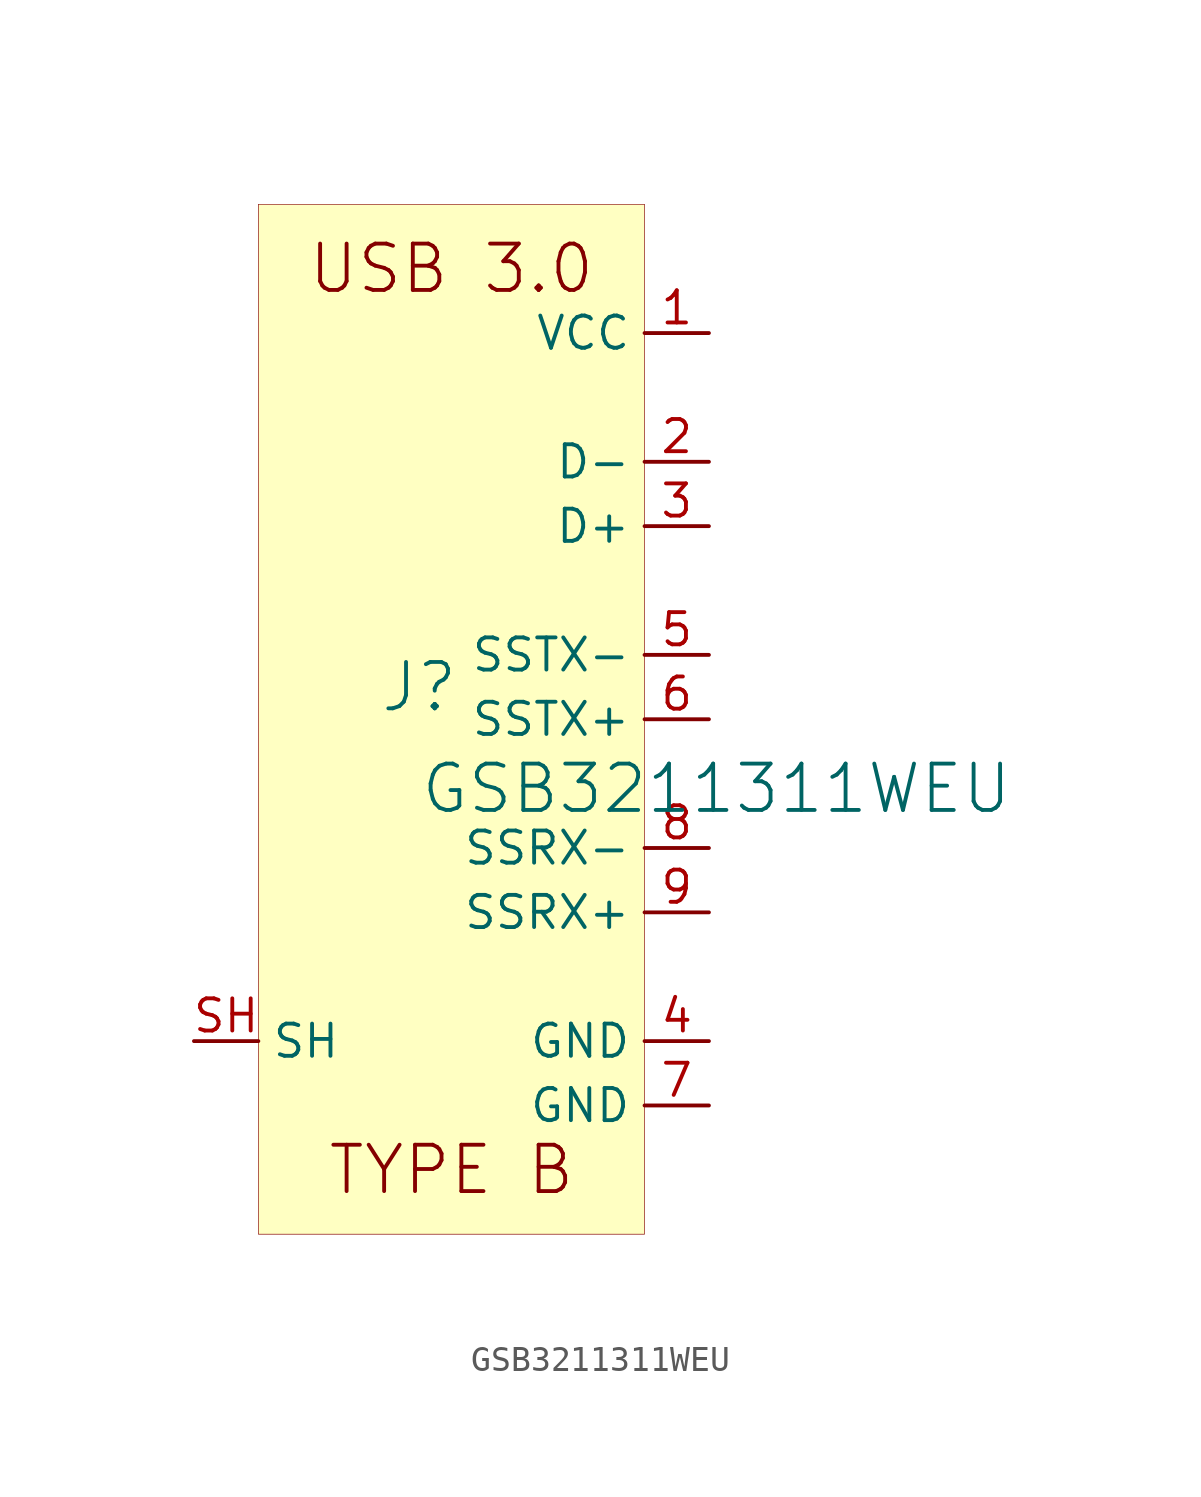
<source format=kicad_sym>
(kicad_symbol_lib
  (version 20231120)
  (generator "kicad_symbol_editor")
  (generator_version "8.0")
  (symbol "GSB3211311WEU"
    (property "Reference" "J"
      (at -1.27 1.27 0)
      (effects (font (size 1.829 1.829))))
    (property "Value" "GSB3211311WEU"
      (at -1.27 -3.81 0)
      (effects (font (size 1.829 1.829)) (justify left bottom)))
    (symbol "GSB3211311WEU_1_0"
      (rectangle (start -7.62 20.32) (end 7.62 -20.32) (stroke (width 0.025) (type solid)) (fill (type background)))
      (text "TYPE B" (at 0 -17.78 0) (effects (font (size 1.829 1.829))))
      (text "USB 3.0" (at 0 17.78 0) (effects (font (size 1.829 1.829))))
      (pin passive line (at 10.16 15.24 180) (length 2.54) (name "VCC" (effects (font (size 1.27 1.27)))) (number "1" (effects (font (size 1.27 1.27)))))
      (pin passive line (at 10.16 10.16 180) (length 2.54) (name "D-" (effects (font (size 1.27 1.27)))) (number "2" (effects (font (size 1.27 1.27)))))
      (pin passive line (at 10.16 7.62 180) (length 2.54) (name "D+" (effects (font (size 1.27 1.27)))) (number "3" (effects (font (size 1.27 1.27)))))
      (pin passive line (at 10.16 -12.7 180) (length 2.54) (name "GND" (effects (font (size 1.27 1.27)))) (number "4" (effects (font (size 1.27 1.27)))))
      (pin passive line (at 10.16 2.54 180) (length 2.54) (name "SSTX-" (effects (font (size 1.27 1.27)))) (number "5" (effects (font (size 1.27 1.27)))))
      (pin passive line (at 10.16 0 180) (length 2.54) (name "SSTX+" (effects (font (size 1.27 1.27)))) (number "6" (effects (font (size 1.27 1.27)))))
      (pin passive line (at 10.16 -15.24 180) (length 2.54) (name "GND" (effects (font (size 1.27 1.27)))) (number "7" (effects (font (size 1.27 1.27)))))
      (pin passive line (at 10.16 -5.08 180) (length 2.54) (name "SSRX-" (effects (font (size 1.27 1.27)))) (number "8" (effects (font (size 1.27 1.27)))))
      (pin passive line (at 10.16 -7.62 180) (length 2.54) (name "SSRX+" (effects (font (size 1.27 1.27)))) (number "9" (effects (font (size 1.27 1.27)))))
      (pin passive line (at -10.16 -12.7 0) (length 2.54) (name "SH" (effects (font (size 1.27 1.27)))) (number "SH" (effects (font (size 1.27 1.27))))))))
</source>
